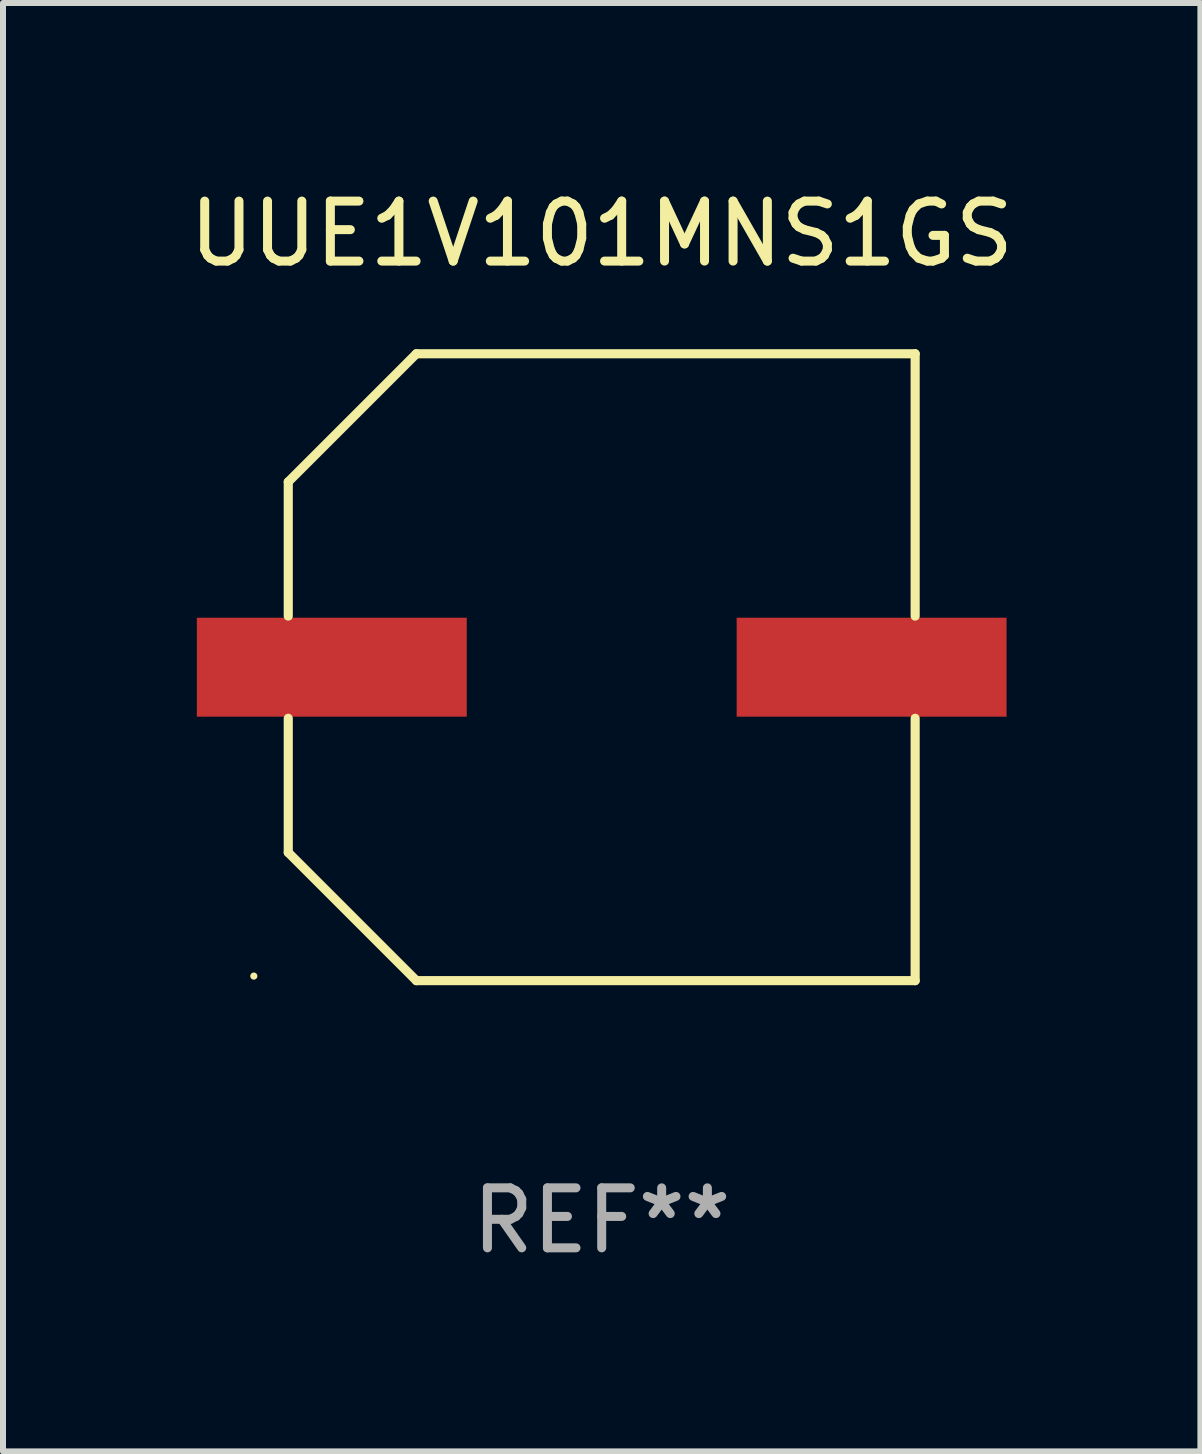
<source format=kicad_pcb>
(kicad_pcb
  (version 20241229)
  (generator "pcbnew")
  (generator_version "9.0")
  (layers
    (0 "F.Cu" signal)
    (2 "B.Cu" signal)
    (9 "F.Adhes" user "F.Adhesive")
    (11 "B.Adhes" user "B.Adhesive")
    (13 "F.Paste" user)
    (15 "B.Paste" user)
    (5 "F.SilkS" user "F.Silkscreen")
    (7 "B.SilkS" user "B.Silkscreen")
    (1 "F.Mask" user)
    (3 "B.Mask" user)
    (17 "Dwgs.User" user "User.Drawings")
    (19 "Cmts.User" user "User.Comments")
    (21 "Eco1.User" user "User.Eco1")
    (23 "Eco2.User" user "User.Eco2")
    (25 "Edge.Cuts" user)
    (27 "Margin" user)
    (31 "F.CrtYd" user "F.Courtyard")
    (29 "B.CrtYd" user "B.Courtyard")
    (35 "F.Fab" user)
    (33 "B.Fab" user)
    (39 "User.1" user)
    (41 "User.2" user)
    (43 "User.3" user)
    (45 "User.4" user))
  (footprint "UUE1V101MNS1GS"
    (layer "F.Cu")
    (at 6.982 8.074)
    (property "Reference" "UUE1V101MNS1GS" (at 0 -7.226 0) (layer "F.SilkS") (effects (font (size 1 1) (thickness 0.15))))
    (attr through_hole)
    (fp_line (start -5.226 -3.09) (end -5.226 -0.852) (stroke (width 0.152) (type solid)) (layer "F.SilkS"))
    (fp_line (start -5.226 3.09) (end -5.226 0.852) (stroke (width 0.152) (type solid)) (layer "F.SilkS"))
    (fp_line (start -3.09 -5.226) (end -5.226 -3.09) (stroke (width 0.152) (type solid)) (layer "F.SilkS"))
    (fp_line (start -3.09 5.226) (end -5.226 3.09) (stroke (width 0.152) (type solid)) (layer "F.SilkS"))
    (fp_line (start 5.226 -5.226) (end -3.09 -5.226) (stroke (width 0.152) (type solid)) (layer "F.SilkS"))
    (fp_line (start 5.226 -0.852) (end 5.226 -5.226) (stroke (width 0.152) (type solid)) (layer "F.SilkS"))
    (fp_line (start 5.226 0.852) (end 5.226 5.226) (stroke (width 0.152) (type solid)) (layer "F.SilkS"))
    (fp_line (start 5.226 5.226) (end -3.09 5.226) (stroke (width 0.152) (type solid)) (layer "F.SilkS"))
    (fp_circle (center -5.8 5.15) (end -5.77 5.15) (stroke (width 0.06) (type solid)) (fill no) (layer "F.SilkS"))
    (fp_text user "REF**" (at 0 9.226 0) (layer "F.Fab") (effects (font (size 1 1) (thickness 0.15))))
    (pad "1" smd rect (at -4.5 0) (size 4.5 1.65) (layers "F.Cu" "F.Mask" "F.Paste"))
    (pad "2" smd rect (at 4.5 0) (size 4.5 1.65) (layers "F.Cu" "F.Mask" "F.Paste")))
  (gr_rect
    (start -3 -3)
    (end 16.964 21.149)
    (stroke (width 0.1) (type default))
    (fill no)
    (layer "Edge.Cuts")))
</source>
